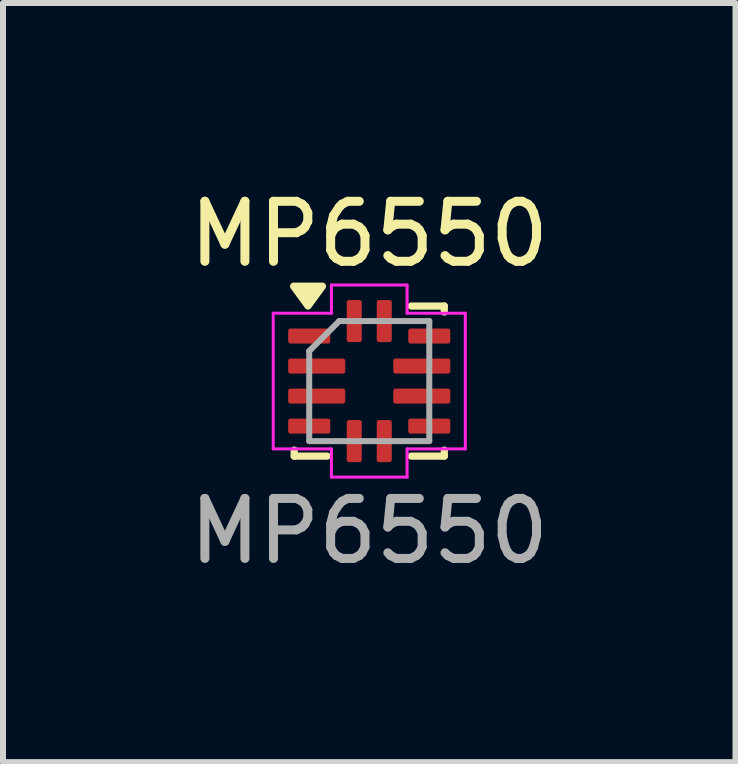
<source format=kicad_pcb>
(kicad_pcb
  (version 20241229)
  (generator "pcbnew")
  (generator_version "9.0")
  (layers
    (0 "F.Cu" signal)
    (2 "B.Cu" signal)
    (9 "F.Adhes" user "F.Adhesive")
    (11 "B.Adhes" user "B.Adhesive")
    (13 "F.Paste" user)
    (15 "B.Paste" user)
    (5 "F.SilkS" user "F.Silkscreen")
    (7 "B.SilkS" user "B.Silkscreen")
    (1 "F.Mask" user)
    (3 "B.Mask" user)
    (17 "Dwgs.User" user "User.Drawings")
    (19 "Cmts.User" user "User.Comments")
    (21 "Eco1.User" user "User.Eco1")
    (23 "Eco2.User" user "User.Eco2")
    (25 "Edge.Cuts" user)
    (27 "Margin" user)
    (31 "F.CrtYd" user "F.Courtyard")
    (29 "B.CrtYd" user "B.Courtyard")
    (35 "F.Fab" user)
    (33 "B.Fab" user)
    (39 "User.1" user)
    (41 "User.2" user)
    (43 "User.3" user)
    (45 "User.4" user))
  (footprint "MP6550"
    (layer "F.Cu")
    (at 3.101 3.298)
    (property "Reference" "MP6550" (at 0 -2.45 0) (unlocked yes) (layer "F.SilkS") (effects (font (size 1 1) (thickness 0.15))))
    (attr smd)
    (fp_line (start -1.25 1.25) (end -1.25 1.15) (stroke (width 0.12) (type solid)) (layer "F.SilkS"))
    (fp_line (start -1.25 1.25) (end -0.7 1.25) (stroke (width 0.12) (type solid)) (layer "F.SilkS"))
    (fp_line (start 1.25 -1.25) (end 0.7 -1.25) (stroke (width 0.12) (type solid)) (layer "F.SilkS"))
    (fp_line (start 1.25 -1.25) (end 1.25 -1.15) (stroke (width 0.12) (type solid)) (layer "F.SilkS"))
    (fp_line (start 1.25 1.25) (end 0.7 1.25) (stroke (width 0.12) (type solid)) (layer "F.SilkS"))
    (fp_line (start 1.25 1.25) (end 1.25 1.15) (stroke (width 0.12) (type solid)) (layer "F.SilkS"))
    (fp_poly (pts (xy -1.02 -1.25) (xy -1.26 -1.58) (xy -0.78 -1.58) (xy -1.02 -1.25)) (stroke (width 0.12) (type solid)) (fill yes) (layer "F.SilkS"))
    (fp_line (start -1.6 -1.13) (end -0.63 -1.13) (stroke (width 0.05) (type default)) (layer "F.CrtYd"))
    (fp_line (start -1.6 1.13) (end -1.6 -1.13) (stroke (width 0.05) (type default)) (layer "F.CrtYd"))
    (fp_line (start -0.63 -1.6) (end -0.63 -1.13) (stroke (width 0.05) (type default)) (layer "F.CrtYd"))
    (fp_line (start -0.63 -1.6) (end 0.63 -1.6) (stroke (width 0.05) (type default)) (layer "F.CrtYd"))
    (fp_line (start -0.63 1.13) (end -1.6 1.13) (stroke (width 0.05) (type default)) (layer "F.CrtYd"))
    (fp_line (start -0.63 1.13) (end -0.63 1.6) (stroke (width 0.05) (type default)) (layer "F.CrtYd"))
    (fp_line (start -0.63 1.6) (end 0.63 1.6) (stroke (width 0.05) (type default)) (layer "F.CrtYd"))
    (fp_line (start 0.63 -1.6) (end 0.63 -1.13) (stroke (width 0.05) (type default)) (layer "F.CrtYd"))
    (fp_line (start 0.63 -1.13) (end 1.6 -1.13) (stroke (width 0.05) (type default)) (layer "F.CrtYd"))
    (fp_line (start 0.63 1.13) (end 0.63 1.6) (stroke (width 0.05) (type default)) (layer "F.CrtYd"))
    (fp_line (start 1.6 -1.13) (end 1.6 1.13) (stroke (width 0.05) (type default)) (layer "F.CrtYd"))
    (fp_line (start 1.6 1.13) (end 0.63 1.13) (stroke (width 0.05) (type default)) (layer "F.CrtYd"))
    (fp_line (start -1 -0.5) (end -0.5 -1) (stroke (width 0.1) (type default)) (layer "F.Fab"))
    (fp_line (start -1 1) (end -1 -0.5) (stroke (width 0.1) (type default)) (layer "F.Fab"))
    (fp_line (start -0.5 -1) (end 1 -1) (stroke (width 0.1) (type default)) (layer "F.Fab"))
    (fp_line (start 1 -1) (end 1 1) (stroke (width 0.1) (type default)) (layer "F.Fab"))
    (fp_line (start 1 1) (end -1 1) (stroke (width 0.1) (type default)) (layer "F.Fab"))
    (fp_text user "${REFERENCE}" (at 0 2.5 0) (unlocked yes) (layer "F.Fab") (effects (font (size 1 1) (thickness 0.15))))
    (pad "1" smd roundrect (at -1 -0.75) (size 0.7 0.25) (layers "F.Cu" "F.Mask" "F.Paste") (roundrect_rratio 0.15))
    (pad "2" smd roundrect (at -0.875 -0.25) (size 0.95 0.25) (layers "F.Cu" "F.Mask" "F.Paste") (roundrect_rratio 0.15))
    (pad "3" smd roundrect (at -0.875 0.25) (size 0.95 0.25) (layers "F.Cu" "F.Mask" "F.Paste") (roundrect_rratio 0.15))
    (pad "4" smd roundrect (at -1 0.75) (size 0.7 0.25) (layers "F.Cu" "F.Mask" "F.Paste") (roundrect_rratio 0.15))
    (pad "5" smd roundrect (at -0.25 1) (size 0.25 0.7) (layers "F.Cu" "F.Mask" "F.Paste") (roundrect_rratio 0.15))
    (pad "6" smd roundrect (at 0.25 1) (size 0.25 0.7) (layers "F.Cu" "F.Mask" "F.Paste") (roundrect_rratio 0.15))
    (pad "7" smd roundrect (at 1 0.75) (size 0.7 0.25) (layers "F.Cu" "F.Mask" "F.Paste") (roundrect_rratio 0.15))
    (pad "8" smd roundrect (at 0.875 0.25) (size 0.95 0.25) (layers "F.Cu" "F.Mask" "F.Paste") (roundrect_rratio 0.15))
    (pad "9" smd roundrect (at 0.875 -0.25) (size 0.95 0.25) (layers "F.Cu" "F.Mask" "F.Paste") (roundrect_rratio 0.15))
    (pad "10" smd roundrect (at 1 -0.75) (size 0.7 0.25) (layers "F.Cu" "F.Mask" "F.Paste") (roundrect_rratio 0.15))
    (pad "11" smd roundrect (at 0.25 -1 180) (size 0.25 0.7) (layers "F.Cu" "F.Mask" "F.Paste") (roundrect_rratio 0.15))
    (pad "12" smd roundrect (at -0.25 -1 180) (size 0.25 0.7) (layers "F.Cu" "F.Mask" "F.Paste") (roundrect_rratio 0.15)))
  (gr_rect
    (start -3 -3)
    (end 9.202 9.646)
    (stroke (width 0.1) (type default))
    (fill no)
    (layer "Edge.Cuts")))
</source>
